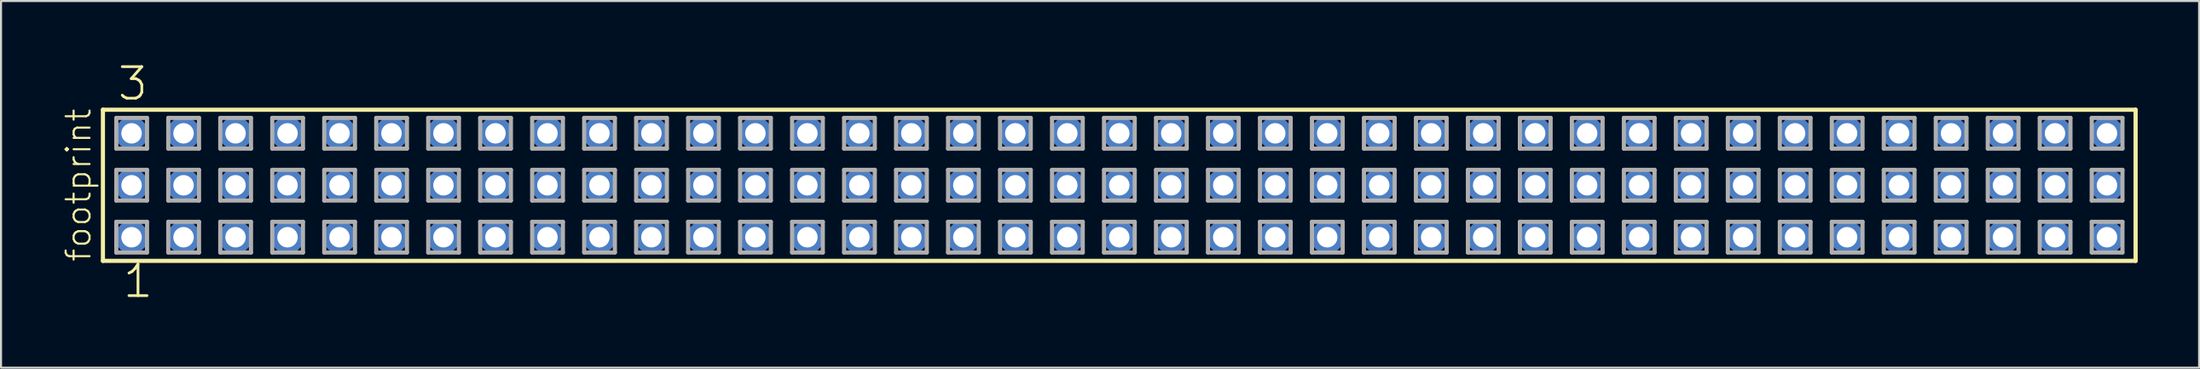
<source format=kicad_pcb>
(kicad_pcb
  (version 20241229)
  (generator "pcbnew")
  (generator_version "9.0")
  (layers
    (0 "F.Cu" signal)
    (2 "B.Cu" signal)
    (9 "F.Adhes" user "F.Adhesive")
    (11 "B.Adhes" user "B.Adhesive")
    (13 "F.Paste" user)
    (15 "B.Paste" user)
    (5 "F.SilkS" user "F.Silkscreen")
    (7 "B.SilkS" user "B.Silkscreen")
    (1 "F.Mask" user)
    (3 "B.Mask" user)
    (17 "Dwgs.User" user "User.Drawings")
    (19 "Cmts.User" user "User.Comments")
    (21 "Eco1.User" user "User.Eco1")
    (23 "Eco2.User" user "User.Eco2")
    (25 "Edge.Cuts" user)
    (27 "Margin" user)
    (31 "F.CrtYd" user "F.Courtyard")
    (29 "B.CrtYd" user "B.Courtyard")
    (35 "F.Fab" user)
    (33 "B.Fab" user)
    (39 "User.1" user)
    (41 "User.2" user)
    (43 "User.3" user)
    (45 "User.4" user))
  (footprint "footprint"
    (layer "F.Cu")
    (at 51.638 6.009)
    (property "Reference" "footprint" (at -50.165 3.81 90) (layer "F.SilkS") (effects (font (size 1.168 1.168) (thickness 0.102)) (justify left bottom)))
    (fp_line (start -49.659 -3.695) (end 49.659 -3.695) (stroke (width 0.203) (type solid)) (layer "F.SilkS"))
    (fp_line (start -49.659 3.695) (end -49.659 -3.695) (stroke (width 0.203) (type solid)) (layer "F.SilkS"))
    (fp_line (start 49.659 -3.695) (end 49.659 3.695) (stroke (width 0.203) (type solid)) (layer "F.SilkS"))
    (fp_line (start 49.659 3.695) (end -49.659 3.695) (stroke (width 0.203) (type solid)) (layer "F.SilkS"))
    (fp_line (start -49.005 -3.295) (end -47.505 -3.295) (stroke (width 0.203) (type solid)) (layer "F.Fab"))
    (fp_line (start -49.005 -1.795) (end -49.005 -3.295) (stroke (width 0.203) (type solid)) (layer "F.Fab"))
    (fp_line (start -49.005 -0.755) (end -47.505 -0.755) (stroke (width 0.203) (type solid)) (layer "F.Fab"))
    (fp_line (start -49.005 0.745) (end -49.005 -0.755) (stroke (width 0.203) (type solid)) (layer "F.Fab"))
    (fp_line (start -49.005 1.785) (end -47.505 1.785) (stroke (width 0.203) (type solid)) (layer "F.Fab"))
    (fp_line (start -49.005 3.285) (end -49.005 1.785) (stroke (width 0.203) (type solid)) (layer "F.Fab"))
    (fp_line (start -47.505 -3.295) (end -47.505 -1.795) (stroke (width 0.203) (type solid)) (layer "F.Fab"))
    (fp_line (start -47.505 -1.795) (end -49.005 -1.795) (stroke (width 0.203) (type solid)) (layer "F.Fab"))
    (fp_line (start -47.505 -0.755) (end -47.505 0.745) (stroke (width 0.203) (type solid)) (layer "F.Fab"))
    (fp_line (start -47.505 0.745) (end -49.005 0.745) (stroke (width 0.203) (type solid)) (layer "F.Fab"))
    (fp_line (start -47.505 1.785) (end -47.505 3.285) (stroke (width 0.203) (type solid)) (layer "F.Fab"))
    (fp_line (start -47.505 3.285) (end -49.005 3.285) (stroke (width 0.203) (type solid)) (layer "F.Fab"))
    (fp_line (start -46.465 -3.295) (end -44.965 -3.295) (stroke (width 0.203) (type solid)) (layer "F.Fab"))
    (fp_line (start -46.465 -1.795) (end -46.465 -3.295) (stroke (width 0.203) (type solid)) (layer "F.Fab"))
    (fp_line (start -46.465 -0.755) (end -44.965 -0.755) (stroke (width 0.203) (type solid)) (layer "F.Fab"))
    (fp_line (start -46.465 0.745) (end -46.465 -0.755) (stroke (width 0.203) (type solid)) (layer "F.Fab"))
    (fp_line (start -46.465 1.785) (end -44.965 1.785) (stroke (width 0.203) (type solid)) (layer "F.Fab"))
    (fp_line (start -46.465 3.285) (end -46.465 1.785) (stroke (width 0.203) (type solid)) (layer "F.Fab"))
    (fp_line (start -44.965 -3.295) (end -44.965 -1.795) (stroke (width 0.203) (type solid)) (layer "F.Fab"))
    (fp_line (start -44.965 -1.795) (end -46.465 -1.795) (stroke (width 0.203) (type solid)) (layer "F.Fab"))
    (fp_line (start -44.965 -0.755) (end -44.965 0.745) (stroke (width 0.203) (type solid)) (layer "F.Fab"))
    (fp_line (start -44.965 0.745) (end -46.465 0.745) (stroke (width 0.203) (type solid)) (layer "F.Fab"))
    (fp_line (start -44.965 1.785) (end -44.965 3.285) (stroke (width 0.203) (type solid)) (layer "F.Fab"))
    (fp_line (start -44.965 3.285) (end -46.465 3.285) (stroke (width 0.203) (type solid)) (layer "F.Fab"))
    (fp_line (start -43.925 -3.295) (end -42.425 -3.295) (stroke (width 0.203) (type solid)) (layer "F.Fab"))
    (fp_line (start -43.925 -1.795) (end -43.925 -3.295) (stroke (width 0.203) (type solid)) (layer "F.Fab"))
    (fp_line (start -43.925 -0.755) (end -42.425 -0.755) (stroke (width 0.203) (type solid)) (layer "F.Fab"))
    (fp_line (start -43.925 0.745) (end -43.925 -0.755) (stroke (width 0.203) (type solid)) (layer "F.Fab"))
    (fp_line (start -43.925 1.785) (end -42.425 1.785) (stroke (width 0.203) (type solid)) (layer "F.Fab"))
    (fp_line (start -43.925 3.285) (end -43.925 1.785) (stroke (width 0.203) (type solid)) (layer "F.Fab"))
    (fp_line (start -42.425 -3.295) (end -42.425 -1.795) (stroke (width 0.203) (type solid)) (layer "F.Fab"))
    (fp_line (start -42.425 -1.795) (end -43.925 -1.795) (stroke (width 0.203) (type solid)) (layer "F.Fab"))
    (fp_line (start -42.425 -0.755) (end -42.425 0.745) (stroke (width 0.203) (type solid)) (layer "F.Fab"))
    (fp_line (start -42.425 0.745) (end -43.925 0.745) (stroke (width 0.203) (type solid)) (layer "F.Fab"))
    (fp_line (start -42.425 1.785) (end -42.425 3.285) (stroke (width 0.203) (type solid)) (layer "F.Fab"))
    (fp_line (start -42.425 3.285) (end -43.925 3.285) (stroke (width 0.203) (type solid)) (layer "F.Fab"))
    (fp_line (start -41.385 -3.295) (end -39.885 -3.295) (stroke (width 0.203) (type solid)) (layer "F.Fab"))
    (fp_line (start -41.385 -1.795) (end -41.385 -3.295) (stroke (width 0.203) (type solid)) (layer "F.Fab"))
    (fp_line (start -41.385 -0.755) (end -39.885 -0.755) (stroke (width 0.203) (type solid)) (layer "F.Fab"))
    (fp_line (start -41.385 0.745) (end -41.385 -0.755) (stroke (width 0.203) (type solid)) (layer "F.Fab"))
    (fp_line (start -41.385 1.785) (end -39.885 1.785) (stroke (width 0.203) (type solid)) (layer "F.Fab"))
    (fp_line (start -41.385 3.285) (end -41.385 1.785) (stroke (width 0.203) (type solid)) (layer "F.Fab"))
    (fp_line (start -39.885 -3.295) (end -39.885 -1.795) (stroke (width 0.203) (type solid)) (layer "F.Fab"))
    (fp_line (start -39.885 -1.795) (end -41.385 -1.795) (stroke (width 0.203) (type solid)) (layer "F.Fab"))
    (fp_line (start -39.885 -0.755) (end -39.885 0.745) (stroke (width 0.203) (type solid)) (layer "F.Fab"))
    (fp_line (start -39.885 0.745) (end -41.385 0.745) (stroke (width 0.203) (type solid)) (layer "F.Fab"))
    (fp_line (start -39.885 1.785) (end -39.885 3.285) (stroke (width 0.203) (type solid)) (layer "F.Fab"))
    (fp_line (start -39.885 3.285) (end -41.385 3.285) (stroke (width 0.203) (type solid)) (layer "F.Fab"))
    (fp_line (start -38.845 -3.295) (end -37.345 -3.295) (stroke (width 0.203) (type solid)) (layer "F.Fab"))
    (fp_line (start -38.845 -1.795) (end -38.845 -3.295) (stroke (width 0.203) (type solid)) (layer "F.Fab"))
    (fp_line (start -38.845 -0.755) (end -37.345 -0.755) (stroke (width 0.203) (type solid)) (layer "F.Fab"))
    (fp_line (start -38.845 0.745) (end -38.845 -0.755) (stroke (width 0.203) (type solid)) (layer "F.Fab"))
    (fp_line (start -38.845 1.785) (end -37.345 1.785) (stroke (width 0.203) (type solid)) (layer "F.Fab"))
    (fp_line (start -38.845 3.285) (end -38.845 1.785) (stroke (width 0.203) (type solid)) (layer "F.Fab"))
    (fp_line (start -37.345 -3.295) (end -37.345 -1.795) (stroke (width 0.203) (type solid)) (layer "F.Fab"))
    (fp_line (start -37.345 -1.795) (end -38.845 -1.795) (stroke (width 0.203) (type solid)) (layer "F.Fab"))
    (fp_line (start -37.345 -0.755) (end -37.345 0.745) (stroke (width 0.203) (type solid)) (layer "F.Fab"))
    (fp_line (start -37.345 0.745) (end -38.845 0.745) (stroke (width 0.203) (type solid)) (layer "F.Fab"))
    (fp_line (start -37.345 1.785) (end -37.345 3.285) (stroke (width 0.203) (type solid)) (layer "F.Fab"))
    (fp_line (start -37.345 3.285) (end -38.845 3.285) (stroke (width 0.203) (type solid)) (layer "F.Fab"))
    (fp_line (start -36.305 -3.295) (end -34.805 -3.295) (stroke (width 0.203) (type solid)) (layer "F.Fab"))
    (fp_line (start -36.305 -1.795) (end -36.305 -3.295) (stroke (width 0.203) (type solid)) (layer "F.Fab"))
    (fp_line (start -36.305 -0.755) (end -34.805 -0.755) (stroke (width 0.203) (type solid)) (layer "F.Fab"))
    (fp_line (start -36.305 0.745) (end -36.305 -0.755) (stroke (width 0.203) (type solid)) (layer "F.Fab"))
    (fp_line (start -36.305 1.785) (end -34.805 1.785) (stroke (width 0.203) (type solid)) (layer "F.Fab"))
    (fp_line (start -36.305 3.285) (end -36.305 1.785) (stroke (width 0.203) (type solid)) (layer "F.Fab"))
    (fp_line (start -34.805 -3.295) (end -34.805 -1.795) (stroke (width 0.203) (type solid)) (layer "F.Fab"))
    (fp_line (start -34.805 -1.795) (end -36.305 -1.795) (stroke (width 0.203) (type solid)) (layer "F.Fab"))
    (fp_line (start -34.805 -0.755) (end -34.805 0.745) (stroke (width 0.203) (type solid)) (layer "F.Fab"))
    (fp_line (start -34.805 0.745) (end -36.305 0.745) (stroke (width 0.203) (type solid)) (layer "F.Fab"))
    (fp_line (start -34.805 1.785) (end -34.805 3.285) (stroke (width 0.203) (type solid)) (layer "F.Fab"))
    (fp_line (start -34.805 3.285) (end -36.305 3.285) (stroke (width 0.203) (type solid)) (layer "F.Fab"))
    (fp_line (start -33.765 -3.295) (end -32.265 -3.295) (stroke (width 0.203) (type solid)) (layer "F.Fab"))
    (fp_line (start -33.765 -1.795) (end -33.765 -3.295) (stroke (width 0.203) (type solid)) (layer "F.Fab"))
    (fp_line (start -33.765 -0.755) (end -32.265 -0.755) (stroke (width 0.203) (type solid)) (layer "F.Fab"))
    (fp_line (start -33.765 0.745) (end -33.765 -0.755) (stroke (width 0.203) (type solid)) (layer "F.Fab"))
    (fp_line (start -33.765 1.785) (end -32.265 1.785) (stroke (width 0.203) (type solid)) (layer "F.Fab"))
    (fp_line (start -33.765 3.285) (end -33.765 1.785) (stroke (width 0.203) (type solid)) (layer "F.Fab"))
    (fp_line (start -32.265 -3.295) (end -32.265 -1.795) (stroke (width 0.203) (type solid)) (layer "F.Fab"))
    (fp_line (start -32.265 -1.795) (end -33.765 -1.795) (stroke (width 0.203) (type solid)) (layer "F.Fab"))
    (fp_line (start -32.265 -0.755) (end -32.265 0.745) (stroke (width 0.203) (type solid)) (layer "F.Fab"))
    (fp_line (start -32.265 0.745) (end -33.765 0.745) (stroke (width 0.203) (type solid)) (layer "F.Fab"))
    (fp_line (start -32.265 1.785) (end -32.265 3.285) (stroke (width 0.203) (type solid)) (layer "F.Fab"))
    (fp_line (start -32.265 3.285) (end -33.765 3.285) (stroke (width 0.203) (type solid)) (layer "F.Fab"))
    (fp_line (start -31.225 -3.295) (end -29.725 -3.295) (stroke (width 0.203) (type solid)) (layer "F.Fab"))
    (fp_line (start -31.225 -1.795) (end -31.225 -3.295) (stroke (width 0.203) (type solid)) (layer "F.Fab"))
    (fp_line (start -31.225 -0.755) (end -29.725 -0.755) (stroke (width 0.203) (type solid)) (layer "F.Fab"))
    (fp_line (start -31.225 0.745) (end -31.225 -0.755) (stroke (width 0.203) (type solid)) (layer "F.Fab"))
    (fp_line (start -31.225 1.785) (end -29.725 1.785) (stroke (width 0.203) (type solid)) (layer "F.Fab"))
    (fp_line (start -31.225 3.285) (end -31.225 1.785) (stroke (width 0.203) (type solid)) (layer "F.Fab"))
    (fp_line (start -29.725 -3.295) (end -29.725 -1.795) (stroke (width 0.203) (type solid)) (layer "F.Fab"))
    (fp_line (start -29.725 -1.795) (end -31.225 -1.795) (stroke (width 0.203) (type solid)) (layer "F.Fab"))
    (fp_line (start -29.725 -0.755) (end -29.725 0.745) (stroke (width 0.203) (type solid)) (layer "F.Fab"))
    (fp_line (start -29.725 0.745) (end -31.225 0.745) (stroke (width 0.203) (type solid)) (layer "F.Fab"))
    (fp_line (start -29.725 1.785) (end -29.725 3.285) (stroke (width 0.203) (type solid)) (layer "F.Fab"))
    (fp_line (start -29.725 3.285) (end -31.225 3.285) (stroke (width 0.203) (type solid)) (layer "F.Fab"))
    (fp_line (start -28.685 -3.295) (end -27.185 -3.295) (stroke (width 0.203) (type solid)) (layer "F.Fab"))
    (fp_line (start -28.685 -1.795) (end -28.685 -3.295) (stroke (width 0.203) (type solid)) (layer "F.Fab"))
    (fp_line (start -28.685 -0.755) (end -27.185 -0.755) (stroke (width 0.203) (type solid)) (layer "F.Fab"))
    (fp_line (start -28.685 0.745) (end -28.685 -0.755) (stroke (width 0.203) (type solid)) (layer "F.Fab"))
    (fp_line (start -28.685 1.785) (end -27.185 1.785) (stroke (width 0.203) (type solid)) (layer "F.Fab"))
    (fp_line (start -28.685 3.285) (end -28.685 1.785) (stroke (width 0.203) (type solid)) (layer "F.Fab"))
    (fp_line (start -27.185 -3.295) (end -27.185 -1.795) (stroke (width 0.203) (type solid)) (layer "F.Fab"))
    (fp_line (start -27.185 -1.795) (end -28.685 -1.795) (stroke (width 0.203) (type solid)) (layer "F.Fab"))
    (fp_line (start -27.185 -0.755) (end -27.185 0.745) (stroke (width 0.203) (type solid)) (layer "F.Fab"))
    (fp_line (start -27.185 0.745) (end -28.685 0.745) (stroke (width 0.203) (type solid)) (layer "F.Fab"))
    (fp_line (start -27.185 1.785) (end -27.185 3.285) (stroke (width 0.203) (type solid)) (layer "F.Fab"))
    (fp_line (start -27.185 3.285) (end -28.685 3.285) (stroke (width 0.203) (type solid)) (layer "F.Fab"))
    (fp_line (start -26.145 -3.295) (end -24.645 -3.295) (stroke (width 0.203) (type solid)) (layer "F.Fab"))
    (fp_line (start -26.145 -1.795) (end -26.145 -3.295) (stroke (width 0.203) (type solid)) (layer "F.Fab"))
    (fp_line (start -26.145 -0.755) (end -24.645 -0.755) (stroke (width 0.203) (type solid)) (layer "F.Fab"))
    (fp_line (start -26.145 0.745) (end -26.145 -0.755) (stroke (width 0.203) (type solid)) (layer "F.Fab"))
    (fp_line (start -26.145 1.785) (end -24.645 1.785) (stroke (width 0.203) (type solid)) (layer "F.Fab"))
    (fp_line (start -26.145 3.285) (end -26.145 1.785) (stroke (width 0.203) (type solid)) (layer "F.Fab"))
    (fp_line (start -24.645 -3.295) (end -24.645 -1.795) (stroke (width 0.203) (type solid)) (layer "F.Fab"))
    (fp_line (start -24.645 -1.795) (end -26.145 -1.795) (stroke (width 0.203) (type solid)) (layer "F.Fab"))
    (fp_line (start -24.645 -0.755) (end -24.645 0.745) (stroke (width 0.203) (type solid)) (layer "F.Fab"))
    (fp_line (start -24.645 0.745) (end -26.145 0.745) (stroke (width 0.203) (type solid)) (layer "F.Fab"))
    (fp_line (start -24.645 1.785) (end -24.645 3.285) (stroke (width 0.203) (type solid)) (layer "F.Fab"))
    (fp_line (start -24.645 3.285) (end -26.145 3.285) (stroke (width 0.203) (type solid)) (layer "F.Fab"))
    (fp_line (start -23.605 -3.295) (end -22.105 -3.295) (stroke (width 0.203) (type solid)) (layer "F.Fab"))
    (fp_line (start -23.605 -1.795) (end -23.605 -3.295) (stroke (width 0.203) (type solid)) (layer "F.Fab"))
    (fp_line (start -23.605 -0.755) (end -22.105 -0.755) (stroke (width 0.203) (type solid)) (layer "F.Fab"))
    (fp_line (start -23.605 0.745) (end -23.605 -0.755) (stroke (width 0.203) (type solid)) (layer "F.Fab"))
    (fp_line (start -23.605 1.785) (end -22.105 1.785) (stroke (width 0.203) (type solid)) (layer "F.Fab"))
    (fp_line (start -23.605 3.285) (end -23.605 1.785) (stroke (width 0.203) (type solid)) (layer "F.Fab"))
    (fp_line (start -22.105 -3.295) (end -22.105 -1.795) (stroke (width 0.203) (type solid)) (layer "F.Fab"))
    (fp_line (start -22.105 -1.795) (end -23.605 -1.795) (stroke (width 0.203) (type solid)) (layer "F.Fab"))
    (fp_line (start -22.105 -0.755) (end -22.105 0.745) (stroke (width 0.203) (type solid)) (layer "F.Fab"))
    (fp_line (start -22.105 0.745) (end -23.605 0.745) (stroke (width 0.203) (type solid)) (layer "F.Fab"))
    (fp_line (start -22.105 1.785) (end -22.105 3.285) (stroke (width 0.203) (type solid)) (layer "F.Fab"))
    (fp_line (start -22.105 3.285) (end -23.605 3.285) (stroke (width 0.203) (type solid)) (layer "F.Fab"))
    (fp_line (start -21.065 -3.295) (end -19.565 -3.295) (stroke (width 0.203) (type solid)) (layer "F.Fab"))
    (fp_line (start -21.065 -1.795) (end -21.065 -3.295) (stroke (width 0.203) (type solid)) (layer "F.Fab"))
    (fp_line (start -21.065 -0.755) (end -19.565 -0.755) (stroke (width 0.203) (type solid)) (layer "F.Fab"))
    (fp_line (start -21.065 0.745) (end -21.065 -0.755) (stroke (width 0.203) (type solid)) (layer "F.Fab"))
    (fp_line (start -21.065 1.785) (end -19.565 1.785) (stroke (width 0.203) (type solid)) (layer "F.Fab"))
    (fp_line (start -21.065 3.285) (end -21.065 1.785) (stroke (width 0.203) (type solid)) (layer "F.Fab"))
    (fp_line (start -19.565 -3.295) (end -19.565 -1.795) (stroke (width 0.203) (type solid)) (layer "F.Fab"))
    (fp_line (start -19.565 -1.795) (end -21.065 -1.795) (stroke (width 0.203) (type solid)) (layer "F.Fab"))
    (fp_line (start -19.565 -0.755) (end -19.565 0.745) (stroke (width 0.203) (type solid)) (layer "F.Fab"))
    (fp_line (start -19.565 0.745) (end -21.065 0.745) (stroke (width 0.203) (type solid)) (layer "F.Fab"))
    (fp_line (start -19.565 1.785) (end -19.565 3.285) (stroke (width 0.203) (type solid)) (layer "F.Fab"))
    (fp_line (start -19.565 3.285) (end -21.065 3.285) (stroke (width 0.203) (type solid)) (layer "F.Fab"))
    (fp_line (start -18.525 -3.295) (end -17.025 -3.295) (stroke (width 0.203) (type solid)) (layer "F.Fab"))
    (fp_line (start -18.525 -1.795) (end -18.525 -3.295) (stroke (width 0.203) (type solid)) (layer "F.Fab"))
    (fp_line (start -18.525 -0.755) (end -17.025 -0.755) (stroke (width 0.203) (type solid)) (layer "F.Fab"))
    (fp_line (start -18.525 0.745) (end -18.525 -0.755) (stroke (width 0.203) (type solid)) (layer "F.Fab"))
    (fp_line (start -18.525 1.785) (end -17.025 1.785) (stroke (width 0.203) (type solid)) (layer "F.Fab"))
    (fp_line (start -18.525 3.285) (end -18.525 1.785) (stroke (width 0.203) (type solid)) (layer "F.Fab"))
    (fp_line (start -17.025 -3.295) (end -17.025 -1.795) (stroke (width 0.203) (type solid)) (layer "F.Fab"))
    (fp_line (start -17.025 -1.795) (end -18.525 -1.795) (stroke (width 0.203) (type solid)) (layer "F.Fab"))
    (fp_line (start -17.025 -0.755) (end -17.025 0.745) (stroke (width 0.203) (type solid)) (layer "F.Fab"))
    (fp_line (start -17.025 0.745) (end -18.525 0.745) (stroke (width 0.203) (type solid)) (layer "F.Fab"))
    (fp_line (start -17.025 1.785) (end -17.025 3.285) (stroke (width 0.203) (type solid)) (layer "F.Fab"))
    (fp_line (start -17.025 3.285) (end -18.525 3.285) (stroke (width 0.203) (type solid)) (layer "F.Fab"))
    (fp_line (start -15.985 -3.295) (end -14.485 -3.295) (stroke (width 0.203) (type solid)) (layer "F.Fab"))
    (fp_line (start -15.985 -1.795) (end -15.985 -3.295) (stroke (width 0.203) (type solid)) (layer "F.Fab"))
    (fp_line (start -15.985 -0.755) (end -14.485 -0.755) (stroke (width 0.203) (type solid)) (layer "F.Fab"))
    (fp_line (start -15.985 0.745) (end -15.985 -0.755) (stroke (width 0.203) (type solid)) (layer "F.Fab"))
    (fp_line (start -15.985 1.785) (end -14.485 1.785) (stroke (width 0.203) (type solid)) (layer "F.Fab"))
    (fp_line (start -15.985 3.285) (end -15.985 1.785) (stroke (width 0.203) (type solid)) (layer "F.Fab"))
    (fp_line (start -14.485 -3.295) (end -14.485 -1.795) (stroke (width 0.203) (type solid)) (layer "F.Fab"))
    (fp_line (start -14.485 -1.795) (end -15.985 -1.795) (stroke (width 0.203) (type solid)) (layer "F.Fab"))
    (fp_line (start -14.485 -0.755) (end -14.485 0.745) (stroke (width 0.203) (type solid)) (layer "F.Fab"))
    (fp_line (start -14.485 0.745) (end -15.985 0.745) (stroke (width 0.203) (type solid)) (layer "F.Fab"))
    (fp_line (start -14.485 1.785) (end -14.485 3.285) (stroke (width 0.203) (type solid)) (layer "F.Fab"))
    (fp_line (start -14.485 3.285) (end -15.985 3.285) (stroke (width 0.203) (type solid)) (layer "F.Fab"))
    (fp_line (start -13.445 -3.295) (end -11.945 -3.295) (stroke (width 0.203) (type solid)) (layer "F.Fab"))
    (fp_line (start -13.445 -1.795) (end -13.445 -3.295) (stroke (width 0.203) (type solid)) (layer "F.Fab"))
    (fp_line (start -13.445 -0.755) (end -11.945 -0.755) (stroke (width 0.203) (type solid)) (layer "F.Fab"))
    (fp_line (start -13.445 0.745) (end -13.445 -0.755) (stroke (width 0.203) (type solid)) (layer "F.Fab"))
    (fp_line (start -13.445 1.785) (end -11.945 1.785) (stroke (width 0.203) (type solid)) (layer "F.Fab"))
    (fp_line (start -13.445 3.285) (end -13.445 1.785) (stroke (width 0.203) (type solid)) (layer "F.Fab"))
    (fp_line (start -11.945 -3.295) (end -11.945 -1.795) (stroke (width 0.203) (type solid)) (layer "F.Fab"))
    (fp_line (start -11.945 -1.795) (end -13.445 -1.795) (stroke (width 0.203) (type solid)) (layer "F.Fab"))
    (fp_line (start -11.945 -0.755) (end -11.945 0.745) (stroke (width 0.203) (type solid)) (layer "F.Fab"))
    (fp_line (start -11.945 0.745) (end -13.445 0.745) (stroke (width 0.203) (type solid)) (layer "F.Fab"))
    (fp_line (start -11.945 1.785) (end -11.945 3.285) (stroke (width 0.203) (type solid)) (layer "F.Fab"))
    (fp_line (start -11.945 3.285) (end -13.445 3.285) (stroke (width 0.203) (type solid)) (layer "F.Fab"))
    (fp_line (start -10.905 -3.295) (end -9.405 -3.295) (stroke (width 0.203) (type solid)) (layer "F.Fab"))
    (fp_line (start -10.905 -1.795) (end -10.905 -3.295) (stroke (width 0.203) (type solid)) (layer "F.Fab"))
    (fp_line (start -10.905 -0.755) (end -9.405 -0.755) (stroke (width 0.203) (type solid)) (layer "F.Fab"))
    (fp_line (start -10.905 0.745) (end -10.905 -0.755) (stroke (width 0.203) (type solid)) (layer "F.Fab"))
    (fp_line (start -10.905 1.785) (end -9.405 1.785) (stroke (width 0.203) (type solid)) (layer "F.Fab"))
    (fp_line (start -10.905 3.285) (end -10.905 1.785) (stroke (width 0.203) (type solid)) (layer "F.Fab"))
    (fp_line (start -9.405 -3.295) (end -9.405 -1.795) (stroke (width 0.203) (type solid)) (layer "F.Fab"))
    (fp_line (start -9.405 -1.795) (end -10.905 -1.795) (stroke (width 0.203) (type solid)) (layer "F.Fab"))
    (fp_line (start -9.405 -0.755) (end -9.405 0.745) (stroke (width 0.203) (type solid)) (layer "F.Fab"))
    (fp_line (start -9.405 0.745) (end -10.905 0.745) (stroke (width 0.203) (type solid)) (layer "F.Fab"))
    (fp_line (start -9.405 1.785) (end -9.405 3.285) (stroke (width 0.203) (type solid)) (layer "F.Fab"))
    (fp_line (start -9.405 3.285) (end -10.905 3.285) (stroke (width 0.203) (type solid)) (layer "F.Fab"))
    (fp_line (start -8.365 -3.295) (end -6.865 -3.295) (stroke (width 0.203) (type solid)) (layer "F.Fab"))
    (fp_line (start -8.365 -1.795) (end -8.365 -3.295) (stroke (width 0.203) (type solid)) (layer "F.Fab"))
    (fp_line (start -8.365 -0.755) (end -6.865 -0.755) (stroke (width 0.203) (type solid)) (layer "F.Fab"))
    (fp_line (start -8.365 0.745) (end -8.365 -0.755) (stroke (width 0.203) (type solid)) (layer "F.Fab"))
    (fp_line (start -8.365 1.785) (end -6.865 1.785) (stroke (width 0.203) (type solid)) (layer "F.Fab"))
    (fp_line (start -8.365 3.285) (end -8.365 1.785) (stroke (width 0.203) (type solid)) (layer "F.Fab"))
    (fp_line (start -6.865 -3.295) (end -6.865 -1.795) (stroke (width 0.203) (type solid)) (layer "F.Fab"))
    (fp_line (start -6.865 -1.795) (end -8.365 -1.795) (stroke (width 0.203) (type solid)) (layer "F.Fab"))
    (fp_line (start -6.865 -0.755) (end -6.865 0.745) (stroke (width 0.203) (type solid)) (layer "F.Fab"))
    (fp_line (start -6.865 0.745) (end -8.365 0.745) (stroke (width 0.203) (type solid)) (layer "F.Fab"))
    (fp_line (start -6.865 1.785) (end -6.865 3.285) (stroke (width 0.203) (type solid)) (layer "F.Fab"))
    (fp_line (start -6.865 3.285) (end -8.365 3.285) (stroke (width 0.203) (type solid)) (layer "F.Fab"))
    (fp_line (start -5.825 -3.295) (end -4.325 -3.295) (stroke (width 0.203) (type solid)) (layer "F.Fab"))
    (fp_line (start -5.825 -1.795) (end -5.825 -3.295) (stroke (width 0.203) (type solid)) (layer "F.Fab"))
    (fp_line (start -5.825 -0.755) (end -4.325 -0.755) (stroke (width 0.203) (type solid)) (layer "F.Fab"))
    (fp_line (start -5.825 0.745) (end -5.825 -0.755) (stroke (width 0.203) (type solid)) (layer "F.Fab"))
    (fp_line (start -5.825 1.785) (end -4.325 1.785) (stroke (width 0.203) (type solid)) (layer "F.Fab"))
    (fp_line (start -5.825 3.285) (end -5.825 1.785) (stroke (width 0.203) (type solid)) (layer "F.Fab"))
    (fp_line (start -4.325 -3.295) (end -4.325 -1.795) (stroke (width 0.203) (type solid)) (layer "F.Fab"))
    (fp_line (start -4.325 -1.795) (end -5.825 -1.795) (stroke (width 0.203) (type solid)) (layer "F.Fab"))
    (fp_line (start -4.325 -0.755) (end -4.325 0.745) (stroke (width 0.203) (type solid)) (layer "F.Fab"))
    (fp_line (start -4.325 0.745) (end -5.825 0.745) (stroke (width 0.203) (type solid)) (layer "F.Fab"))
    (fp_line (start -4.325 1.785) (end -4.325 3.285) (stroke (width 0.203) (type solid)) (layer "F.Fab"))
    (fp_line (start -4.325 3.285) (end -5.825 3.285) (stroke (width 0.203) (type solid)) (layer "F.Fab"))
    (fp_line (start -3.285 -3.295) (end -1.785 -3.295) (stroke (width 0.203) (type solid)) (layer "F.Fab"))
    (fp_line (start -3.285 -1.795) (end -3.285 -3.295) (stroke (width 0.203) (type solid)) (layer "F.Fab"))
    (fp_line (start -3.285 -0.755) (end -1.785 -0.755) (stroke (width 0.203) (type solid)) (layer "F.Fab"))
    (fp_line (start -3.285 0.745) (end -3.285 -0.755) (stroke (width 0.203) (type solid)) (layer "F.Fab"))
    (fp_line (start -3.285 1.785) (end -1.785 1.785) (stroke (width 0.203) (type solid)) (layer "F.Fab"))
    (fp_line (start -3.285 3.285) (end -3.285 1.785) (stroke (width 0.203) (type solid)) (layer "F.Fab"))
    (fp_line (start -1.785 -3.295) (end -1.785 -1.795) (stroke (width 0.203) (type solid)) (layer "F.Fab"))
    (fp_line (start -1.785 -1.795) (end -3.285 -1.795) (stroke (width 0.203) (type solid)) (layer "F.Fab"))
    (fp_line (start -1.785 -0.755) (end -1.785 0.745) (stroke (width 0.203) (type solid)) (layer "F.Fab"))
    (fp_line (start -1.785 0.745) (end -3.285 0.745) (stroke (width 0.203) (type solid)) (layer "F.Fab"))
    (fp_line (start -1.785 1.785) (end -1.785 3.285) (stroke (width 0.203) (type solid)) (layer "F.Fab"))
    (fp_line (start -1.785 3.285) (end -3.285 3.285) (stroke (width 0.203) (type solid)) (layer "F.Fab"))
    (fp_line (start -0.745 -3.295) (end 0.755 -3.295) (stroke (width 0.203) (type solid)) (layer "F.Fab"))
    (fp_line (start -0.745 -1.795) (end -0.745 -3.295) (stroke (width 0.203) (type solid)) (layer "F.Fab"))
    (fp_line (start -0.745 -0.755) (end 0.755 -0.755) (stroke (width 0.203) (type solid)) (layer "F.Fab"))
    (fp_line (start -0.745 0.745) (end -0.745 -0.755) (stroke (width 0.203) (type solid)) (layer "F.Fab"))
    (fp_line (start -0.745 1.785) (end 0.755 1.785) (stroke (width 0.203) (type solid)) (layer "F.Fab"))
    (fp_line (start -0.745 3.285) (end -0.745 1.785) (stroke (width 0.203) (type solid)) (layer "F.Fab"))
    (fp_line (start 0.755 -3.295) (end 0.755 -1.795) (stroke (width 0.203) (type solid)) (layer "F.Fab"))
    (fp_line (start 0.755 -1.795) (end -0.745 -1.795) (stroke (width 0.203) (type solid)) (layer "F.Fab"))
    (fp_line (start 0.755 -0.755) (end 0.755 0.745) (stroke (width 0.203) (type solid)) (layer "F.Fab"))
    (fp_line (start 0.755 0.745) (end -0.745 0.745) (stroke (width 0.203) (type solid)) (layer "F.Fab"))
    (fp_line (start 0.755 1.785) (end 0.755 3.285) (stroke (width 0.203) (type solid)) (layer "F.Fab"))
    (fp_line (start 0.755 3.285) (end -0.745 3.285) (stroke (width 0.203) (type solid)) (layer "F.Fab"))
    (fp_line (start 1.795 -3.295) (end 3.295 -3.295) (stroke (width 0.203) (type solid)) (layer "F.Fab"))
    (fp_line (start 1.795 -1.795) (end 1.795 -3.295) (stroke (width 0.203) (type solid)) (layer "F.Fab"))
    (fp_line (start 1.795 -0.755) (end 3.295 -0.755) (stroke (width 0.203) (type solid)) (layer "F.Fab"))
    (fp_line (start 1.795 0.745) (end 1.795 -0.755) (stroke (width 0.203) (type solid)) (layer "F.Fab"))
    (fp_line (start 1.795 1.785) (end 3.295 1.785) (stroke (width 0.203) (type solid)) (layer "F.Fab"))
    (fp_line (start 1.795 3.285) (end 1.795 1.785) (stroke (width 0.203) (type solid)) (layer "F.Fab"))
    (fp_line (start 3.295 -3.295) (end 3.295 -1.795) (stroke (width 0.203) (type solid)) (layer "F.Fab"))
    (fp_line (start 3.295 -1.795) (end 1.795 -1.795) (stroke (width 0.203) (type solid)) (layer "F.Fab"))
    (fp_line (start 3.295 -0.755) (end 3.295 0.745) (stroke (width 0.203) (type solid)) (layer "F.Fab"))
    (fp_line (start 3.295 0.745) (end 1.795 0.745) (stroke (width 0.203) (type solid)) (layer "F.Fab"))
    (fp_line (start 3.295 1.785) (end 3.295 3.285) (stroke (width 0.203) (type solid)) (layer "F.Fab"))
    (fp_line (start 3.295 3.285) (end 1.795 3.285) (stroke (width 0.203) (type solid)) (layer "F.Fab"))
    (fp_line (start 4.335 -3.295) (end 5.835 -3.295) (stroke (width 0.203) (type solid)) (layer "F.Fab"))
    (fp_line (start 4.335 -1.795) (end 4.335 -3.295) (stroke (width 0.203) (type solid)) (layer "F.Fab"))
    (fp_line (start 4.335 -0.755) (end 5.835 -0.755) (stroke (width 0.203) (type solid)) (layer "F.Fab"))
    (fp_line (start 4.335 0.745) (end 4.335 -0.755) (stroke (width 0.203) (type solid)) (layer "F.Fab"))
    (fp_line (start 4.335 1.785) (end 5.835 1.785) (stroke (width 0.203) (type solid)) (layer "F.Fab"))
    (fp_line (start 4.335 3.285) (end 4.335 1.785) (stroke (width 0.203) (type solid)) (layer "F.Fab"))
    (fp_line (start 5.835 -3.295) (end 5.835 -1.795) (stroke (width 0.203) (type solid)) (layer "F.Fab"))
    (fp_line (start 5.835 -1.795) (end 4.335 -1.795) (stroke (width 0.203) (type solid)) (layer "F.Fab"))
    (fp_line (start 5.835 -0.755) (end 5.835 0.745) (stroke (width 0.203) (type solid)) (layer "F.Fab"))
    (fp_line (start 5.835 0.745) (end 4.335 0.745) (stroke (width 0.203) (type solid)) (layer "F.Fab"))
    (fp_line (start 5.835 1.785) (end 5.835 3.285) (stroke (width 0.203) (type solid)) (layer "F.Fab"))
    (fp_line (start 5.835 3.285) (end 4.335 3.285) (stroke (width 0.203) (type solid)) (layer "F.Fab"))
    (fp_line (start 6.875 -3.295) (end 8.375 -3.295) (stroke (width 0.203) (type solid)) (layer "F.Fab"))
    (fp_line (start 6.875 -1.795) (end 6.875 -3.295) (stroke (width 0.203) (type solid)) (layer "F.Fab"))
    (fp_line (start 6.875 -0.755) (end 8.375 -0.755) (stroke (width 0.203) (type solid)) (layer "F.Fab"))
    (fp_line (start 6.875 0.745) (end 6.875 -0.755) (stroke (width 0.203) (type solid)) (layer "F.Fab"))
    (fp_line (start 6.875 1.785) (end 8.375 1.785) (stroke (width 0.203) (type solid)) (layer "F.Fab"))
    (fp_line (start 6.875 3.285) (end 6.875 1.785) (stroke (width 0.203) (type solid)) (layer "F.Fab"))
    (fp_line (start 8.375 -3.295) (end 8.375 -1.795) (stroke (width 0.203) (type solid)) (layer "F.Fab"))
    (fp_line (start 8.375 -1.795) (end 6.875 -1.795) (stroke (width 0.203) (type solid)) (layer "F.Fab"))
    (fp_line (start 8.375 -0.755) (end 8.375 0.745) (stroke (width 0.203) (type solid)) (layer "F.Fab"))
    (fp_line (start 8.375 0.745) (end 6.875 0.745) (stroke (width 0.203) (type solid)) (layer "F.Fab"))
    (fp_line (start 8.375 1.785) (end 8.375 3.285) (stroke (width 0.203) (type solid)) (layer "F.Fab"))
    (fp_line (start 8.375 3.285) (end 6.875 3.285) (stroke (width 0.203) (type solid)) (layer "F.Fab"))
    (fp_line (start 9.415 -3.295) (end 10.915 -3.295) (stroke (width 0.203) (type solid)) (layer "F.Fab"))
    (fp_line (start 9.415 -1.795) (end 9.415 -3.295) (stroke (width 0.203) (type solid)) (layer "F.Fab"))
    (fp_line (start 9.415 -0.755) (end 10.915 -0.755) (stroke (width 0.203) (type solid)) (layer "F.Fab"))
    (fp_line (start 9.415 0.745) (end 9.415 -0.755) (stroke (width 0.203) (type solid)) (layer "F.Fab"))
    (fp_line (start 9.415 1.785) (end 10.915 1.785) (stroke (width 0.203) (type solid)) (layer "F.Fab"))
    (fp_line (start 9.415 3.285) (end 9.415 1.785) (stroke (width 0.203) (type solid)) (layer "F.Fab"))
    (fp_line (start 10.915 -3.295) (end 10.915 -1.795) (stroke (width 0.203) (type solid)) (layer "F.Fab"))
    (fp_line (start 10.915 -1.795) (end 9.415 -1.795) (stroke (width 0.203) (type solid)) (layer "F.Fab"))
    (fp_line (start 10.915 -0.755) (end 10.915 0.745) (stroke (width 0.203) (type solid)) (layer "F.Fab"))
    (fp_line (start 10.915 0.745) (end 9.415 0.745) (stroke (width 0.203) (type solid)) (layer "F.Fab"))
    (fp_line (start 10.915 1.785) (end 10.915 3.285) (stroke (width 0.203) (type solid)) (layer "F.Fab"))
    (fp_line (start 10.915 3.285) (end 9.415 3.285) (stroke (width 0.203) (type solid)) (layer "F.Fab"))
    (fp_line (start 11.955 -3.295) (end 13.455 -3.295) (stroke (width 0.203) (type solid)) (layer "F.Fab"))
    (fp_line (start 11.955 -1.795) (end 11.955 -3.295) (stroke (width 0.203) (type solid)) (layer "F.Fab"))
    (fp_line (start 11.955 -0.755) (end 13.455 -0.755) (stroke (width 0.203) (type solid)) (layer "F.Fab"))
    (fp_line (start 11.955 0.745) (end 11.955 -0.755) (stroke (width 0.203) (type solid)) (layer "F.Fab"))
    (fp_line (start 11.955 1.785) (end 13.455 1.785) (stroke (width 0.203) (type solid)) (layer "F.Fab"))
    (fp_line (start 11.955 3.285) (end 11.955 1.785) (stroke (width 0.203) (type solid)) (layer "F.Fab"))
    (fp_line (start 13.455 -3.295) (end 13.455 -1.795) (stroke (width 0.203) (type solid)) (layer "F.Fab"))
    (fp_line (start 13.455 -1.795) (end 11.955 -1.795) (stroke (width 0.203) (type solid)) (layer "F.Fab"))
    (fp_line (start 13.455 -0.755) (end 13.455 0.745) (stroke (width 0.203) (type solid)) (layer "F.Fab"))
    (fp_line (start 13.455 0.745) (end 11.955 0.745) (stroke (width 0.203) (type solid)) (layer "F.Fab"))
    (fp_line (start 13.455 1.785) (end 13.455 3.285) (stroke (width 0.203) (type solid)) (layer "F.Fab"))
    (fp_line (start 13.455 3.285) (end 11.955 3.285) (stroke (width 0.203) (type solid)) (layer "F.Fab"))
    (fp_line (start 14.495 -3.295) (end 15.995 -3.295) (stroke (width 0.203) (type solid)) (layer "F.Fab"))
    (fp_line (start 14.495 -1.795) (end 14.495 -3.295) (stroke (width 0.203) (type solid)) (layer "F.Fab"))
    (fp_line (start 14.495 -0.755) (end 15.995 -0.755) (stroke (width 0.203) (type solid)) (layer "F.Fab"))
    (fp_line (start 14.495 0.745) (end 14.495 -0.755) (stroke (width 0.203) (type solid)) (layer "F.Fab"))
    (fp_line (start 14.495 1.785) (end 15.995 1.785) (stroke (width 0.203) (type solid)) (layer "F.Fab"))
    (fp_line (start 14.495 3.285) (end 14.495 1.785) (stroke (width 0.203) (type solid)) (layer "F.Fab"))
    (fp_line (start 15.995 -3.295) (end 15.995 -1.795) (stroke (width 0.203) (type solid)) (layer "F.Fab"))
    (fp_line (start 15.995 -1.795) (end 14.495 -1.795) (stroke (width 0.203) (type solid)) (layer "F.Fab"))
    (fp_line (start 15.995 -0.755) (end 15.995 0.745) (stroke (width 0.203) (type solid)) (layer "F.Fab"))
    (fp_line (start 15.995 0.745) (end 14.495 0.745) (stroke (width 0.203) (type solid)) (layer "F.Fab"))
    (fp_line (start 15.995 1.785) (end 15.995 3.285) (stroke (width 0.203) (type solid)) (layer "F.Fab"))
    (fp_line (start 15.995 3.285) (end 14.495 3.285) (stroke (width 0.203) (type solid)) (layer "F.Fab"))
    (fp_line (start 17.035 -3.295) (end 18.535 -3.295) (stroke (width 0.203) (type solid)) (layer "F.Fab"))
    (fp_line (start 17.035 -1.795) (end 17.035 -3.295) (stroke (width 0.203) (type solid)) (layer "F.Fab"))
    (fp_line (start 17.035 -0.755) (end 18.535 -0.755) (stroke (width 0.203) (type solid)) (layer "F.Fab"))
    (fp_line (start 17.035 0.745) (end 17.035 -0.755) (stroke (width 0.203) (type solid)) (layer "F.Fab"))
    (fp_line (start 17.035 1.785) (end 18.535 1.785) (stroke (width 0.203) (type solid)) (layer "F.Fab"))
    (fp_line (start 17.035 3.285) (end 17.035 1.785) (stroke (width 0.203) (type solid)) (layer "F.Fab"))
    (fp_line (start 18.535 -3.295) (end 18.535 -1.795) (stroke (width 0.203) (type solid)) (layer "F.Fab"))
    (fp_line (start 18.535 -1.795) (end 17.035 -1.795) (stroke (width 0.203) (type solid)) (layer "F.Fab"))
    (fp_line (start 18.535 -0.755) (end 18.535 0.745) (stroke (width 0.203) (type solid)) (layer "F.Fab"))
    (fp_line (start 18.535 0.745) (end 17.035 0.745) (stroke (width 0.203) (type solid)) (layer "F.Fab"))
    (fp_line (start 18.535 1.785) (end 18.535 3.285) (stroke (width 0.203) (type solid)) (layer "F.Fab"))
    (fp_line (start 18.535 3.285) (end 17.035 3.285) (stroke (width 0.203) (type solid)) (layer "F.Fab"))
    (fp_line (start 19.575 -3.295) (end 21.075 -3.295) (stroke (width 0.203) (type solid)) (layer "F.Fab"))
    (fp_line (start 19.575 -1.795) (end 19.575 -3.295) (stroke (width 0.203) (type solid)) (layer "F.Fab"))
    (fp_line (start 19.575 -0.755) (end 21.075 -0.755) (stroke (width 0.203) (type solid)) (layer "F.Fab"))
    (fp_line (start 19.575 0.745) (end 19.575 -0.755) (stroke (width 0.203) (type solid)) (layer "F.Fab"))
    (fp_line (start 19.575 1.785) (end 21.075 1.785) (stroke (width 0.203) (type solid)) (layer "F.Fab"))
    (fp_line (start 19.575 3.285) (end 19.575 1.785) (stroke (width 0.203) (type solid)) (layer "F.Fab"))
    (fp_line (start 21.075 -3.295) (end 21.075 -1.795) (stroke (width 0.203) (type solid)) (layer "F.Fab"))
    (fp_line (start 21.075 -1.795) (end 19.575 -1.795) (stroke (width 0.203) (type solid)) (layer "F.Fab"))
    (fp_line (start 21.075 -0.755) (end 21.075 0.745) (stroke (width 0.203) (type solid)) (layer "F.Fab"))
    (fp_line (start 21.075 0.745) (end 19.575 0.745) (stroke (width 0.203) (type solid)) (layer "F.Fab"))
    (fp_line (start 21.075 1.785) (end 21.075 3.285) (stroke (width 0.203) (type solid)) (layer "F.Fab"))
    (fp_line (start 21.075 3.285) (end 19.575 3.285) (stroke (width 0.203) (type solid)) (layer "F.Fab"))
    (fp_line (start 22.115 -3.295) (end 23.615 -3.295) (stroke (width 0.203) (type solid)) (layer "F.Fab"))
    (fp_line (start 22.115 -1.795) (end 22.115 -3.295) (stroke (width 0.203) (type solid)) (layer "F.Fab"))
    (fp_line (start 22.115 -0.755) (end 23.615 -0.755) (stroke (width 0.203) (type solid)) (layer "F.Fab"))
    (fp_line (start 22.115 0.745) (end 22.115 -0.755) (stroke (width 0.203) (type solid)) (layer "F.Fab"))
    (fp_line (start 22.115 1.785) (end 23.615 1.785) (stroke (width 0.203) (type solid)) (layer "F.Fab"))
    (fp_line (start 22.115 3.285) (end 22.115 1.785) (stroke (width 0.203) (type solid)) (layer "F.Fab"))
    (fp_line (start 23.615 -3.295) (end 23.615 -1.795) (stroke (width 0.203) (type solid)) (layer "F.Fab"))
    (fp_line (start 23.615 -1.795) (end 22.115 -1.795) (stroke (width 0.203) (type solid)) (layer "F.Fab"))
    (fp_line (start 23.615 -0.755) (end 23.615 0.745) (stroke (width 0.203) (type solid)) (layer "F.Fab"))
    (fp_line (start 23.615 0.745) (end 22.115 0.745) (stroke (width 0.203) (type solid)) (layer "F.Fab"))
    (fp_line (start 23.615 1.785) (end 23.615 3.285) (stroke (width 0.203) (type solid)) (layer "F.Fab"))
    (fp_line (start 23.615 3.285) (end 22.115 3.285) (stroke (width 0.203) (type solid)) (layer "F.Fab"))
    (fp_line (start 24.655 -3.295) (end 26.155 -3.295) (stroke (width 0.203) (type solid)) (layer "F.Fab"))
    (fp_line (start 24.655 -1.795) (end 24.655 -3.295) (stroke (width 0.203) (type solid)) (layer "F.Fab"))
    (fp_line (start 24.655 -0.755) (end 26.155 -0.755) (stroke (width 0.203) (type solid)) (layer "F.Fab"))
    (fp_line (start 24.655 0.745) (end 24.655 -0.755) (stroke (width 0.203) (type solid)) (layer "F.Fab"))
    (fp_line (start 24.655 1.785) (end 26.155 1.785) (stroke (width 0.203) (type solid)) (layer "F.Fab"))
    (fp_line (start 24.655 3.285) (end 24.655 1.785) (stroke (width 0.203) (type solid)) (layer "F.Fab"))
    (fp_line (start 26.155 -3.295) (end 26.155 -1.795) (stroke (width 0.203) (type solid)) (layer "F.Fab"))
    (fp_line (start 26.155 -1.795) (end 24.655 -1.795) (stroke (width 0.203) (type solid)) (layer "F.Fab"))
    (fp_line (start 26.155 -0.755) (end 26.155 0.745) (stroke (width 0.203) (type solid)) (layer "F.Fab"))
    (fp_line (start 26.155 0.745) (end 24.655 0.745) (stroke (width 0.203) (type solid)) (layer "F.Fab"))
    (fp_line (start 26.155 1.785) (end 26.155 3.285) (stroke (width 0.203) (type solid)) (layer "F.Fab"))
    (fp_line (start 26.155 3.285) (end 24.655 3.285) (stroke (width 0.203) (type solid)) (layer "F.Fab"))
    (fp_line (start 27.195 -3.295) (end 28.695 -3.295) (stroke (width 0.203) (type solid)) (layer "F.Fab"))
    (fp_line (start 27.195 -1.795) (end 27.195 -3.295) (stroke (width 0.203) (type solid)) (layer "F.Fab"))
    (fp_line (start 27.195 -0.755) (end 28.695 -0.755) (stroke (width 0.203) (type solid)) (layer "F.Fab"))
    (fp_line (start 27.195 0.745) (end 27.195 -0.755) (stroke (width 0.203) (type solid)) (layer "F.Fab"))
    (fp_line (start 27.195 1.785) (end 28.695 1.785) (stroke (width 0.203) (type solid)) (layer "F.Fab"))
    (fp_line (start 27.195 3.285) (end 27.195 1.785) (stroke (width 0.203) (type solid)) (layer "F.Fab"))
    (fp_line (start 28.695 -3.295) (end 28.695 -1.795) (stroke (width 0.203) (type solid)) (layer "F.Fab"))
    (fp_line (start 28.695 -1.795) (end 27.195 -1.795) (stroke (width 0.203) (type solid)) (layer "F.Fab"))
    (fp_line (start 28.695 -0.755) (end 28.695 0.745) (stroke (width 0.203) (type solid)) (layer "F.Fab"))
    (fp_line (start 28.695 0.745) (end 27.195 0.745) (stroke (width 0.203) (type solid)) (layer "F.Fab"))
    (fp_line (start 28.695 1.785) (end 28.695 3.285) (stroke (width 0.203) (type solid)) (layer "F.Fab"))
    (fp_line (start 28.695 3.285) (end 27.195 3.285) (stroke (width 0.203) (type solid)) (layer "F.Fab"))
    (fp_line (start 29.735 -3.295) (end 31.235 -3.295) (stroke (width 0.203) (type solid)) (layer "F.Fab"))
    (fp_line (start 29.735 -1.795) (end 29.735 -3.295) (stroke (width 0.203) (type solid)) (layer "F.Fab"))
    (fp_line (start 29.735 -0.755) (end 31.235 -0.755) (stroke (width 0.203) (type solid)) (layer "F.Fab"))
    (fp_line (start 29.735 0.745) (end 29.735 -0.755) (stroke (width 0.203) (type solid)) (layer "F.Fab"))
    (fp_line (start 29.735 1.785) (end 31.235 1.785) (stroke (width 0.203) (type solid)) (layer "F.Fab"))
    (fp_line (start 29.735 3.285) (end 29.735 1.785) (stroke (width 0.203) (type solid)) (layer "F.Fab"))
    (fp_line (start 31.235 -3.295) (end 31.235 -1.795) (stroke (width 0.203) (type solid)) (layer "F.Fab"))
    (fp_line (start 31.235 -1.795) (end 29.735 -1.795) (stroke (width 0.203) (type solid)) (layer "F.Fab"))
    (fp_line (start 31.235 -0.755) (end 31.235 0.745) (stroke (width 0.203) (type solid)) (layer "F.Fab"))
    (fp_line (start 31.235 0.745) (end 29.735 0.745) (stroke (width 0.203) (type solid)) (layer "F.Fab"))
    (fp_line (start 31.235 1.785) (end 31.235 3.285) (stroke (width 0.203) (type solid)) (layer "F.Fab"))
    (fp_line (start 31.235 3.285) (end 29.735 3.285) (stroke (width 0.203) (type solid)) (layer "F.Fab"))
    (fp_line (start 32.275 -3.295) (end 33.775 -3.295) (stroke (width 0.203) (type solid)) (layer "F.Fab"))
    (fp_line (start 32.275 -1.795) (end 32.275 -3.295) (stroke (width 0.203) (type solid)) (layer "F.Fab"))
    (fp_line (start 32.275 -0.755) (end 33.775 -0.755) (stroke (width 0.203) (type solid)) (layer "F.Fab"))
    (fp_line (start 32.275 0.745) (end 32.275 -0.755) (stroke (width 0.203) (type solid)) (layer "F.Fab"))
    (fp_line (start 32.275 1.785) (end 33.775 1.785) (stroke (width 0.203) (type solid)) (layer "F.Fab"))
    (fp_line (start 32.275 3.285) (end 32.275 1.785) (stroke (width 0.203) (type solid)) (layer "F.Fab"))
    (fp_line (start 33.775 -3.295) (end 33.775 -1.795) (stroke (width 0.203) (type solid)) (layer "F.Fab"))
    (fp_line (start 33.775 -1.795) (end 32.275 -1.795) (stroke (width 0.203) (type solid)) (layer "F.Fab"))
    (fp_line (start 33.775 -0.755) (end 33.775 0.745) (stroke (width 0.203) (type solid)) (layer "F.Fab"))
    (fp_line (start 33.775 0.745) (end 32.275 0.745) (stroke (width 0.203) (type solid)) (layer "F.Fab"))
    (fp_line (start 33.775 1.785) (end 33.775 3.285) (stroke (width 0.203) (type solid)) (layer "F.Fab"))
    (fp_line (start 33.775 3.285) (end 32.275 3.285) (stroke (width 0.203) (type solid)) (layer "F.Fab"))
    (fp_line (start 34.815 -3.295) (end 36.315 -3.295) (stroke (width 0.203) (type solid)) (layer "F.Fab"))
    (fp_line (start 34.815 -1.795) (end 34.815 -3.295) (stroke (width 0.203) (type solid)) (layer "F.Fab"))
    (fp_line (start 34.815 -0.755) (end 36.315 -0.755) (stroke (width 0.203) (type solid)) (layer "F.Fab"))
    (fp_line (start 34.815 0.745) (end 34.815 -0.755) (stroke (width 0.203) (type solid)) (layer "F.Fab"))
    (fp_line (start 34.815 1.785) (end 36.315 1.785) (stroke (width 0.203) (type solid)) (layer "F.Fab"))
    (fp_line (start 34.815 3.285) (end 34.815 1.785) (stroke (width 0.203) (type solid)) (layer "F.Fab"))
    (fp_line (start 36.315 -3.295) (end 36.315 -1.795) (stroke (width 0.203) (type solid)) (layer "F.Fab"))
    (fp_line (start 36.315 -1.795) (end 34.815 -1.795) (stroke (width 0.203) (type solid)) (layer "F.Fab"))
    (fp_line (start 36.315 -0.755) (end 36.315 0.745) (stroke (width 0.203) (type solid)) (layer "F.Fab"))
    (fp_line (start 36.315 0.745) (end 34.815 0.745) (stroke (width 0.203) (type solid)) (layer "F.Fab"))
    (fp_line (start 36.315 1.785) (end 36.315 3.285) (stroke (width 0.203) (type solid)) (layer "F.Fab"))
    (fp_line (start 36.315 3.285) (end 34.815 3.285) (stroke (width 0.203) (type solid)) (layer "F.Fab"))
    (fp_line (start 37.355 -3.295) (end 38.855 -3.295) (stroke (width 0.203) (type solid)) (layer "F.Fab"))
    (fp_line (start 37.355 -1.795) (end 37.355 -3.295) (stroke (width 0.203) (type solid)) (layer "F.Fab"))
    (fp_line (start 37.355 -0.755) (end 38.855 -0.755) (stroke (width 0.203) (type solid)) (layer "F.Fab"))
    (fp_line (start 37.355 0.745) (end 37.355 -0.755) (stroke (width 0.203) (type solid)) (layer "F.Fab"))
    (fp_line (start 37.355 1.785) (end 38.855 1.785) (stroke (width 0.203) (type solid)) (layer "F.Fab"))
    (fp_line (start 37.355 3.285) (end 37.355 1.785) (stroke (width 0.203) (type solid)) (layer "F.Fab"))
    (fp_line (start 38.855 -3.295) (end 38.855 -1.795) (stroke (width 0.203) (type solid)) (layer "F.Fab"))
    (fp_line (start 38.855 -1.795) (end 37.355 -1.795) (stroke (width 0.203) (type solid)) (layer "F.Fab"))
    (fp_line (start 38.855 -0.755) (end 38.855 0.745) (stroke (width 0.203) (type solid)) (layer "F.Fab"))
    (fp_line (start 38.855 0.745) (end 37.355 0.745) (stroke (width 0.203) (type solid)) (layer "F.Fab"))
    (fp_line (start 38.855 1.785) (end 38.855 3.285) (stroke (width 0.203) (type solid)) (layer "F.Fab"))
    (fp_line (start 38.855 3.285) (end 37.355 3.285) (stroke (width 0.203) (type solid)) (layer "F.Fab"))
    (fp_line (start 39.895 -3.295) (end 41.395 -3.295) (stroke (width 0.203) (type solid)) (layer "F.Fab"))
    (fp_line (start 39.895 -1.795) (end 39.895 -3.295) (stroke (width 0.203) (type solid)) (layer "F.Fab"))
    (fp_line (start 39.895 -0.755) (end 41.395 -0.755) (stroke (width 0.203) (type solid)) (layer "F.Fab"))
    (fp_line (start 39.895 0.745) (end 39.895 -0.755) (stroke (width 0.203) (type solid)) (layer "F.Fab"))
    (fp_line (start 39.895 1.785) (end 41.395 1.785) (stroke (width 0.203) (type solid)) (layer "F.Fab"))
    (fp_line (start 39.895 3.285) (end 39.895 1.785) (stroke (width 0.203) (type solid)) (layer "F.Fab"))
    (fp_line (start 41.395 -3.295) (end 41.395 -1.795) (stroke (width 0.203) (type solid)) (layer "F.Fab"))
    (fp_line (start 41.395 -1.795) (end 39.895 -1.795) (stroke (width 0.203) (type solid)) (layer "F.Fab"))
    (fp_line (start 41.395 -0.755) (end 41.395 0.745) (stroke (width 0.203) (type solid)) (layer "F.Fab"))
    (fp_line (start 41.395 0.745) (end 39.895 0.745) (stroke (width 0.203) (type solid)) (layer "F.Fab"))
    (fp_line (start 41.395 1.785) (end 41.395 3.285) (stroke (width 0.203) (type solid)) (layer "F.Fab"))
    (fp_line (start 41.395 3.285) (end 39.895 3.285) (stroke (width 0.203) (type solid)) (layer "F.Fab"))
    (fp_line (start 42.435 -3.295) (end 43.935 -3.295) (stroke (width 0.203) (type solid)) (layer "F.Fab"))
    (fp_line (start 42.435 -1.795) (end 42.435 -3.295) (stroke (width 0.203) (type solid)) (layer "F.Fab"))
    (fp_line (start 42.435 -0.755) (end 43.935 -0.755) (stroke (width 0.203) (type solid)) (layer "F.Fab"))
    (fp_line (start 42.435 0.745) (end 42.435 -0.755) (stroke (width 0.203) (type solid)) (layer "F.Fab"))
    (fp_line (start 42.435 1.785) (end 43.935 1.785) (stroke (width 0.203) (type solid)) (layer "F.Fab"))
    (fp_line (start 42.435 3.285) (end 42.435 1.785) (stroke (width 0.203) (type solid)) (layer "F.Fab"))
    (fp_line (start 43.935 -3.295) (end 43.935 -1.795) (stroke (width 0.203) (type solid)) (layer "F.Fab"))
    (fp_line (start 43.935 -1.795) (end 42.435 -1.795) (stroke (width 0.203) (type solid)) (layer "F.Fab"))
    (fp_line (start 43.935 -0.755) (end 43.935 0.745) (stroke (width 0.203) (type solid)) (layer "F.Fab"))
    (fp_line (start 43.935 0.745) (end 42.435 0.745) (stroke (width 0.203) (type solid)) (layer "F.Fab"))
    (fp_line (start 43.935 1.785) (end 43.935 3.285) (stroke (width 0.203) (type solid)) (layer "F.Fab"))
    (fp_line (start 43.935 3.285) (end 42.435 3.285) (stroke (width 0.203) (type solid)) (layer "F.Fab"))
    (fp_line (start 44.975 -3.295) (end 46.475 -3.295) (stroke (width 0.203) (type solid)) (layer "F.Fab"))
    (fp_line (start 44.975 -1.795) (end 44.975 -3.295) (stroke (width 0.203) (type solid)) (layer "F.Fab"))
    (fp_line (start 44.975 -0.755) (end 46.475 -0.755) (stroke (width 0.203) (type solid)) (layer "F.Fab"))
    (fp_line (start 44.975 0.745) (end 44.975 -0.755) (stroke (width 0.203) (type solid)) (layer "F.Fab"))
    (fp_line (start 44.975 1.785) (end 46.475 1.785) (stroke (width 0.203) (type solid)) (layer "F.Fab"))
    (fp_line (start 44.975 3.285) (end 44.975 1.785) (stroke (width 0.203) (type solid)) (layer "F.Fab"))
    (fp_line (start 46.475 -3.295) (end 46.475 -1.795) (stroke (width 0.203) (type solid)) (layer "F.Fab"))
    (fp_line (start 46.475 -1.795) (end 44.975 -1.795) (stroke (width 0.203) (type solid)) (layer "F.Fab"))
    (fp_line (start 46.475 -0.755) (end 46.475 0.745) (stroke (width 0.203) (type solid)) (layer "F.Fab"))
    (fp_line (start 46.475 0.745) (end 44.975 0.745) (stroke (width 0.203) (type solid)) (layer "F.Fab"))
    (fp_line (start 46.475 1.785) (end 46.475 3.285) (stroke (width 0.203) (type solid)) (layer "F.Fab"))
    (fp_line (start 46.475 3.285) (end 44.975 3.285) (stroke (width 0.203) (type solid)) (layer "F.Fab"))
    (fp_line (start 47.515 -3.295) (end 49.015 -3.295) (stroke (width 0.203) (type solid)) (layer "F.Fab"))
    (fp_line (start 47.515 -1.795) (end 47.515 -3.295) (stroke (width 0.203) (type solid)) (layer "F.Fab"))
    (fp_line (start 47.515 -0.755) (end 49.015 -0.755) (stroke (width 0.203) (type solid)) (layer "F.Fab"))
    (fp_line (start 47.515 0.745) (end 47.515 -0.755) (stroke (width 0.203) (type solid)) (layer "F.Fab"))
    (fp_line (start 47.515 1.785) (end 49.015 1.785) (stroke (width 0.203) (type solid)) (layer "F.Fab"))
    (fp_line (start 47.515 3.285) (end 47.515 1.785) (stroke (width 0.203) (type solid)) (layer "F.Fab"))
    (fp_line (start 49.015 -3.295) (end 49.015 -1.795) (stroke (width 0.203) (type solid)) (layer "F.Fab"))
    (fp_line (start 49.015 -1.795) (end 47.515 -1.795) (stroke (width 0.203) (type solid)) (layer "F.Fab"))
    (fp_line (start 49.015 -0.755) (end 49.015 0.745) (stroke (width 0.203) (type solid)) (layer "F.Fab"))
    (fp_line (start 49.015 0.745) (end 47.515 0.745) (stroke (width 0.203) (type solid)) (layer "F.Fab"))
    (fp_line (start 49.015 1.785) (end 49.015 3.285) (stroke (width 0.203) (type solid)) (layer "F.Fab"))
    (fp_line (start 49.015 3.285) (end 47.515 3.285) (stroke (width 0.203) (type solid)) (layer "F.Fab"))
    (fp_text user "3" (at -49.022 -4.064 0) (layer "F.SilkS") (effects (font (size 1.542 1.542) (thickness 0.134)) (justify left bottom)))
    (fp_text user "1" (at -48.768 5.588 0) (layer "F.SilkS") (effects (font (size 1.542 1.542) (thickness 0.134)) (justify left bottom)))
    (pad "1" thru_hole roundrect (at -48.26 2.54) (size 1.5 1.5) (drill 1) (layers "*.Cu" "*.Mask") (roundrect_rratio 0.25) (chamfer_ratio 0.25) (chamfer top_left top_right bottom_left bottom_right))
    (pad "2" thru_hole roundrect (at -48.26 0) (size 1.5 1.5) (drill 1) (layers "*.Cu" "*.Mask") (roundrect_rratio 0.25) (chamfer_ratio 0.25) (chamfer top_left top_right bottom_left bottom_right))
    (pad "3" thru_hole roundrect (at -48.26 -2.54) (size 1.5 1.5) (drill 1) (layers "*.Cu" "*.Mask") (roundrect_rratio 0.25) (chamfer_ratio 0.25) (chamfer top_left top_right bottom_left bottom_right))
    (pad "4" thru_hole roundrect (at -45.72 2.54) (size 1.5 1.5) (drill 1) (layers "*.Cu" "*.Mask") (roundrect_rratio 0.25) (chamfer_ratio 0.25) (chamfer top_left top_right bottom_left bottom_right))
    (pad "5" thru_hole roundrect (at -45.72 0) (size 1.5 1.5) (drill 1) (layers "*.Cu" "*.Mask") (roundrect_rratio 0.25) (chamfer_ratio 0.25) (chamfer top_left top_right bottom_left bottom_right))
    (pad "6" thru_hole roundrect (at -45.72 -2.54) (size 1.5 1.5) (drill 1) (layers "*.Cu" "*.Mask") (roundrect_rratio 0.25) (chamfer_ratio 0.25) (chamfer top_left top_right bottom_left bottom_right))
    (pad "7" thru_hole roundrect (at -43.18 2.54) (size 1.5 1.5) (drill 1) (layers "*.Cu" "*.Mask") (roundrect_rratio 0.25) (chamfer_ratio 0.25) (chamfer top_left top_right bottom_left bottom_right))
    (pad "8" thru_hole roundrect (at -43.18 0) (size 1.5 1.5) (drill 1) (layers "*.Cu" "*.Mask") (roundrect_rratio 0.25) (chamfer_ratio 0.25) (chamfer top_left top_right bottom_left bottom_right))
    (pad "9" thru_hole roundrect (at -43.18 -2.54) (size 1.5 1.5) (drill 1) (layers "*.Cu" "*.Mask") (roundrect_rratio 0.25) (chamfer_ratio 0.25) (chamfer top_left top_right bottom_left bottom_right))
    (pad "10" thru_hole roundrect (at -40.64 2.54) (size 1.5 1.5) (drill 1) (layers "*.Cu" "*.Mask") (roundrect_rratio 0.25) (chamfer_ratio 0.25) (chamfer top_left top_right bottom_left bottom_right))
    (pad "11" thru_hole roundrect (at -40.64 0) (size 1.5 1.5) (drill 1) (layers "*.Cu" "*.Mask") (roundrect_rratio 0.25) (chamfer_ratio 0.25) (chamfer top_left top_right bottom_left bottom_right))
    (pad "12" thru_hole roundrect (at -40.64 -2.54) (size 1.5 1.5) (drill 1) (layers "*.Cu" "*.Mask") (roundrect_rratio 0.25) (chamfer_ratio 0.25) (chamfer top_left top_right bottom_left bottom_right))
    (pad "13" thru_hole roundrect (at -38.1 2.54) (size 1.5 1.5) (drill 1) (layers "*.Cu" "*.Mask") (roundrect_rratio 0.25) (chamfer_ratio 0.25) (chamfer top_left top_right bottom_left bottom_right))
    (pad "14" thru_hole roundrect (at -38.1 0) (size 1.5 1.5) (drill 1) (layers "*.Cu" "*.Mask") (roundrect_rratio 0.25) (chamfer_ratio 0.25) (chamfer top_left top_right bottom_left bottom_right))
    (pad "15" thru_hole roundrect (at -38.1 -2.54) (size 1.5 1.5) (drill 1) (layers "*.Cu" "*.Mask") (roundrect_rratio 0.25) (chamfer_ratio 0.25) (chamfer top_left top_right bottom_left bottom_right))
    (pad "16" thru_hole roundrect (at -35.56 2.54) (size 1.5 1.5) (drill 1) (layers "*.Cu" "*.Mask") (roundrect_rratio 0.25) (chamfer_ratio 0.25) (chamfer top_left top_right bottom_left bottom_right))
    (pad "17" thru_hole roundrect (at -35.56 0) (size 1.5 1.5) (drill 1) (layers "*.Cu" "*.Mask") (roundrect_rratio 0.25) (chamfer_ratio 0.25) (chamfer top_left top_right bottom_left bottom_right))
    (pad "18" thru_hole roundrect (at -35.56 -2.54) (size 1.5 1.5) (drill 1) (layers "*.Cu" "*.Mask") (roundrect_rratio 0.25) (chamfer_ratio 0.25) (chamfer top_left top_right bottom_left bottom_right))
    (pad "19" thru_hole roundrect (at -33.02 2.54) (size 1.5 1.5) (drill 1) (layers "*.Cu" "*.Mask") (roundrect_rratio 0.25) (chamfer_ratio 0.25) (chamfer top_left top_right bottom_left bottom_right))
    (pad "20" thru_hole roundrect (at -33.02 0) (size 1.5 1.5) (drill 1) (layers "*.Cu" "*.Mask") (roundrect_rratio 0.25) (chamfer_ratio 0.25) (chamfer top_left top_right bottom_left bottom_right))
    (pad "21" thru_hole roundrect (at -33.02 -2.54) (size 1.5 1.5) (drill 1) (layers "*.Cu" "*.Mask") (roundrect_rratio 0.25) (chamfer_ratio 0.25) (chamfer top_left top_right bottom_left bottom_right))
    (pad "22" thru_hole roundrect (at -30.48 2.54) (size 1.5 1.5) (drill 1) (layers "*.Cu" "*.Mask") (roundrect_rratio 0.25) (chamfer_ratio 0.25) (chamfer top_left top_right bottom_left bottom_right))
    (pad "23" thru_hole roundrect (at -30.48 0) (size 1.5 1.5) (drill 1) (layers "*.Cu" "*.Mask") (roundrect_rratio 0.25) (chamfer_ratio 0.25) (chamfer top_left top_right bottom_left bottom_right))
    (pad "24" thru_hole roundrect (at -30.48 -2.54) (size 1.5 1.5) (drill 1) (layers "*.Cu" "*.Mask") (roundrect_rratio 0.25) (chamfer_ratio 0.25) (chamfer top_left top_right bottom_left bottom_right))
    (pad "25" thru_hole roundrect (at -27.94 2.54) (size 1.5 1.5) (drill 1) (layers "*.Cu" "*.Mask") (roundrect_rratio 0.25) (chamfer_ratio 0.25) (chamfer top_left top_right bottom_left bottom_right))
    (pad "26" thru_hole roundrect (at -27.94 0) (size 1.5 1.5) (drill 1) (layers "*.Cu" "*.Mask") (roundrect_rratio 0.25) (chamfer_ratio 0.25) (chamfer top_left top_right bottom_left bottom_right))
    (pad "27" thru_hole roundrect (at -27.94 -2.54) (size 1.5 1.5) (drill 1) (layers "*.Cu" "*.Mask") (roundrect_rratio 0.25) (chamfer_ratio 0.25) (chamfer top_left top_right bottom_left bottom_right))
    (pad "28" thru_hole roundrect (at -25.4 2.54) (size 1.5 1.5) (drill 1) (layers "*.Cu" "*.Mask") (roundrect_rratio 0.25) (chamfer_ratio 0.25) (chamfer top_left top_right bottom_left bottom_right))
    (pad "29" thru_hole roundrect (at -25.4 0) (size 1.5 1.5) (drill 1) (layers "*.Cu" "*.Mask") (roundrect_rratio 0.25) (chamfer_ratio 0.25) (chamfer top_left top_right bottom_left bottom_right))
    (pad "30" thru_hole roundrect (at -25.4 -2.54) (size 1.5 1.5) (drill 1) (layers "*.Cu" "*.Mask") (roundrect_rratio 0.25) (chamfer_ratio 0.25) (chamfer top_left top_right bottom_left bottom_right))
    (pad "31" thru_hole roundrect (at -22.86 2.54) (size 1.5 1.5) (drill 1) (layers "*.Cu" "*.Mask") (roundrect_rratio 0.25) (chamfer_ratio 0.25) (chamfer top_left top_right bottom_left bottom_right))
    (pad "32" thru_hole roundrect (at -22.86 0) (size 1.5 1.5) (drill 1) (layers "*.Cu" "*.Mask") (roundrect_rratio 0.25) (chamfer_ratio 0.25) (chamfer top_left top_right bottom_left bottom_right))
    (pad "33" thru_hole roundrect (at -22.86 -2.54) (size 1.5 1.5) (drill 1) (layers "*.Cu" "*.Mask") (roundrect_rratio 0.25) (chamfer_ratio 0.25) (chamfer top_left top_right bottom_left bottom_right))
    (pad "34" thru_hole roundrect (at -20.32 2.54) (size 1.5 1.5) (drill 1) (layers "*.Cu" "*.Mask") (roundrect_rratio 0.25) (chamfer_ratio 0.25) (chamfer top_left top_right bottom_left bottom_right))
    (pad "35" thru_hole roundrect (at -20.32 0) (size 1.5 1.5) (drill 1) (layers "*.Cu" "*.Mask") (roundrect_rratio 0.25) (chamfer_ratio 0.25) (chamfer top_left top_right bottom_left bottom_right))
    (pad "36" thru_hole roundrect (at -20.32 -2.54) (size 1.5 1.5) (drill 1) (layers "*.Cu" "*.Mask") (roundrect_rratio 0.25) (chamfer_ratio 0.25) (chamfer top_left top_right bottom_left bottom_right))
    (pad "37" thru_hole roundrect (at -17.78 2.54) (size 1.5 1.5) (drill 1) (layers "*.Cu" "*.Mask") (roundrect_rratio 0.25) (chamfer_ratio 0.25) (chamfer top_left top_right bottom_left bottom_right))
    (pad "38" thru_hole roundrect (at -17.78 0) (size 1.5 1.5) (drill 1) (layers "*.Cu" "*.Mask") (roundrect_rratio 0.25) (chamfer_ratio 0.25) (chamfer top_left top_right bottom_left bottom_right))
    (pad "39" thru_hole roundrect (at -17.78 -2.54) (size 1.5 1.5) (drill 1) (layers "*.Cu" "*.Mask") (roundrect_rratio 0.25) (chamfer_ratio 0.25) (chamfer top_left top_right bottom_left bottom_right))
    (pad "40" thru_hole roundrect (at -15.24 2.54) (size 1.5 1.5) (drill 1) (layers "*.Cu" "*.Mask") (roundrect_rratio 0.25) (chamfer_ratio 0.25) (chamfer top_left top_right bottom_left bottom_right))
    (pad "41" thru_hole roundrect (at -15.24 0) (size 1.5 1.5) (drill 1) (layers "*.Cu" "*.Mask") (roundrect_rratio 0.25) (chamfer_ratio 0.25) (chamfer top_left top_right bottom_left bottom_right))
    (pad "42" thru_hole roundrect (at -15.24 -2.54) (size 1.5 1.5) (drill 1) (layers "*.Cu" "*.Mask") (roundrect_rratio 0.25) (chamfer_ratio 0.25) (chamfer top_left top_right bottom_left bottom_right))
    (pad "43" thru_hole roundrect (at -12.7 2.54) (size 1.5 1.5) (drill 1) (layers "*.Cu" "*.Mask") (roundrect_rratio 0.25) (chamfer_ratio 0.25) (chamfer top_left top_right bottom_left bottom_right))
    (pad "44" thru_hole roundrect (at -12.7 0) (size 1.5 1.5) (drill 1) (layers "*.Cu" "*.Mask") (roundrect_rratio 0.25) (chamfer_ratio 0.25) (chamfer top_left top_right bottom_left bottom_right))
    (pad "45" thru_hole roundrect (at -12.7 -2.54) (size 1.5 1.5) (drill 1) (layers "*.Cu" "*.Mask") (roundrect_rratio 0.25) (chamfer_ratio 0.25) (chamfer top_left top_right bottom_left bottom_right))
    (pad "46" thru_hole roundrect (at -10.16 2.54) (size 1.5 1.5) (drill 1) (layers "*.Cu" "*.Mask") (roundrect_rratio 0.25) (chamfer_ratio 0.25) (chamfer top_left top_right bottom_left bottom_right))
    (pad "47" thru_hole roundrect (at -10.16 0) (size 1.5 1.5) (drill 1) (layers "*.Cu" "*.Mask") (roundrect_rratio 0.25) (chamfer_ratio 0.25) (chamfer top_left top_right bottom_left bottom_right))
    (pad "48" thru_hole roundrect (at -10.16 -2.54) (size 1.5 1.5) (drill 1) (layers "*.Cu" "*.Mask") (roundrect_rratio 0.25) (chamfer_ratio 0.25) (chamfer top_left top_right bottom_left bottom_right))
    (pad "49" thru_hole roundrect (at -7.62 2.54) (size 1.5 1.5) (drill 1) (layers "*.Cu" "*.Mask") (roundrect_rratio 0.25) (chamfer_ratio 0.25) (chamfer top_left top_right bottom_left bottom_right))
    (pad "50" thru_hole roundrect (at -7.62 0) (size 1.5 1.5) (drill 1) (layers "*.Cu" "*.Mask") (roundrect_rratio 0.25) (chamfer_ratio 0.25) (chamfer top_left top_right bottom_left bottom_right))
    (pad "51" thru_hole roundrect (at -7.62 -2.54) (size 1.5 1.5) (drill 1) (layers "*.Cu" "*.Mask") (roundrect_rratio 0.25) (chamfer_ratio 0.25) (chamfer top_left top_right bottom_left bottom_right))
    (pad "52" thru_hole roundrect (at -5.08 2.54) (size 1.5 1.5) (drill 1) (layers "*.Cu" "*.Mask") (roundrect_rratio 0.25) (chamfer_ratio 0.25) (chamfer top_left top_right bottom_left bottom_right))
    (pad "53" thru_hole roundrect (at -5.08 0) (size 1.5 1.5) (drill 1) (layers "*.Cu" "*.Mask") (roundrect_rratio 0.25) (chamfer_ratio 0.25) (chamfer top_left top_right bottom_left bottom_right))
    (pad "54" thru_hole roundrect (at -5.08 -2.54) (size 1.5 1.5) (drill 1) (layers "*.Cu" "*.Mask") (roundrect_rratio 0.25) (chamfer_ratio 0.25) (chamfer top_left top_right bottom_left bottom_right))
    (pad "55" thru_hole roundrect (at -2.54 2.54) (size 1.5 1.5) (drill 1) (layers "*.Cu" "*.Mask") (roundrect_rratio 0.25) (chamfer_ratio 0.25) (chamfer top_left top_right bottom_left bottom_right))
    (pad "56" thru_hole roundrect (at -2.54 0) (size 1.5 1.5) (drill 1) (layers "*.Cu" "*.Mask") (roundrect_rratio 0.25) (chamfer_ratio 0.25) (chamfer top_left top_right bottom_left bottom_right))
    (pad "57" thru_hole roundrect (at -2.54 -2.54) (size 1.5 1.5) (drill 1) (layers "*.Cu" "*.Mask") (roundrect_rratio 0.25) (chamfer_ratio 0.25) (chamfer top_left top_right bottom_left bottom_right))
    (pad "58" thru_hole roundrect (at 0 2.54) (size 1.5 1.5) (drill 1) (layers "*.Cu" "*.Mask") (roundrect_rratio 0.25) (chamfer_ratio 0.25) (chamfer top_left top_right bottom_left bottom_right))
    (pad "59" thru_hole roundrect (at 0 0) (size 1.5 1.5) (drill 1) (layers "*.Cu" "*.Mask") (roundrect_rratio 0.25) (chamfer_ratio 0.25) (chamfer top_left top_right bottom_left bottom_right))
    (pad "60" thru_hole roundrect (at 0 -2.54) (size 1.5 1.5) (drill 1) (layers "*.Cu" "*.Mask") (roundrect_rratio 0.25) (chamfer_ratio 0.25) (chamfer top_left top_right bottom_left bottom_right))
    (pad "61" thru_hole roundrect (at 2.54 2.54) (size 1.5 1.5) (drill 1) (layers "*.Cu" "*.Mask") (roundrect_rratio 0.25) (chamfer_ratio 0.25) (chamfer top_left top_right bottom_left bottom_right))
    (pad "62" thru_hole roundrect (at 2.54 0) (size 1.5 1.5) (drill 1) (layers "*.Cu" "*.Mask") (roundrect_rratio 0.25) (chamfer_ratio 0.25) (chamfer top_left top_right bottom_left bottom_right))
    (pad "63" thru_hole roundrect (at 2.54 -2.54) (size 1.5 1.5) (drill 1) (layers "*.Cu" "*.Mask") (roundrect_rratio 0.25) (chamfer_ratio 0.25) (chamfer top_left top_right bottom_left bottom_right))
    (pad "64" thru_hole roundrect (at 5.08 2.54) (size 1.5 1.5) (drill 1) (layers "*.Cu" "*.Mask") (roundrect_rratio 0.25) (chamfer_ratio 0.25) (chamfer top_left top_right bottom_left bottom_right))
    (pad "65" thru_hole roundrect (at 5.08 0) (size 1.5 1.5) (drill 1) (layers "*.Cu" "*.Mask") (roundrect_rratio 0.25) (chamfer_ratio 0.25) (chamfer top_left top_right bottom_left bottom_right))
    (pad "66" thru_hole roundrect (at 5.08 -2.54) (size 1.5 1.5) (drill 1) (layers "*.Cu" "*.Mask") (roundrect_rratio 0.25) (chamfer_ratio 0.25) (chamfer top_left top_right bottom_left bottom_right))
    (pad "67" thru_hole roundrect (at 7.62 2.54) (size 1.5 1.5) (drill 1) (layers "*.Cu" "*.Mask") (roundrect_rratio 0.25) (chamfer_ratio 0.25) (chamfer top_left top_right bottom_left bottom_right))
    (pad "68" thru_hole roundrect (at 7.62 0) (size 1.5 1.5) (drill 1) (layers "*.Cu" "*.Mask") (roundrect_rratio 0.25) (chamfer_ratio 0.25) (chamfer top_left top_right bottom_left bottom_right))
    (pad "69" thru_hole roundrect (at 7.62 -2.54) (size 1.5 1.5) (drill 1) (layers "*.Cu" "*.Mask") (roundrect_rratio 0.25) (chamfer_ratio 0.25) (chamfer top_left top_right bottom_left bottom_right))
    (pad "70" thru_hole roundrect (at 10.16 2.54) (size 1.5 1.5) (drill 1) (layers "*.Cu" "*.Mask") (roundrect_rratio 0.25) (chamfer_ratio 0.25) (chamfer top_left top_right bottom_left bottom_right))
    (pad "71" thru_hole roundrect (at 10.16 0) (size 1.5 1.5) (drill 1) (layers "*.Cu" "*.Mask") (roundrect_rratio 0.25) (chamfer_ratio 0.25) (chamfer top_left top_right bottom_left bottom_right))
    (pad "72" thru_hole roundrect (at 10.16 -2.54) (size 1.5 1.5) (drill 1) (layers "*.Cu" "*.Mask") (roundrect_rratio 0.25) (chamfer_ratio 0.25) (chamfer top_left top_right bottom_left bottom_right))
    (pad "73" thru_hole roundrect (at 12.7 2.54) (size 1.5 1.5) (drill 1) (layers "*.Cu" "*.Mask") (roundrect_rratio 0.25) (chamfer_ratio 0.25) (chamfer top_left top_right bottom_left bottom_right))
    (pad "74" thru_hole roundrect (at 12.7 0) (size 1.5 1.5) (drill 1) (layers "*.Cu" "*.Mask") (roundrect_rratio 0.25) (chamfer_ratio 0.25) (chamfer top_left top_right bottom_left bottom_right))
    (pad "75" thru_hole roundrect (at 12.7 -2.54) (size 1.5 1.5) (drill 1) (layers "*.Cu" "*.Mask") (roundrect_rratio 0.25) (chamfer_ratio 0.25) (chamfer top_left top_right bottom_left bottom_right))
    (pad "76" thru_hole roundrect (at 15.24 2.54) (size 1.5 1.5) (drill 1) (layers "*.Cu" "*.Mask") (roundrect_rratio 0.25) (chamfer_ratio 0.25) (chamfer top_left top_right bottom_left bottom_right))
    (pad "77" thru_hole roundrect (at 15.24 0) (size 1.5 1.5) (drill 1) (layers "*.Cu" "*.Mask") (roundrect_rratio 0.25) (chamfer_ratio 0.25) (chamfer top_left top_right bottom_left bottom_right))
    (pad "78" thru_hole roundrect (at 15.24 -2.54) (size 1.5 1.5) (drill 1) (layers "*.Cu" "*.Mask") (roundrect_rratio 0.25) (chamfer_ratio 0.25) (chamfer top_left top_right bottom_left bottom_right))
    (pad "79" thru_hole roundrect (at 17.78 2.54) (size 1.5 1.5) (drill 1) (layers "*.Cu" "*.Mask") (roundrect_rratio 0.25) (chamfer_ratio 0.25) (chamfer top_left top_right bottom_left bottom_right))
    (pad "80" thru_hole roundrect (at 17.78 0) (size 1.5 1.5) (drill 1) (layers "*.Cu" "*.Mask") (roundrect_rratio 0.25) (chamfer_ratio 0.25) (chamfer top_left top_right bottom_left bottom_right))
    (pad "81" thru_hole roundrect (at 17.78 -2.54) (size 1.5 1.5) (drill 1) (layers "*.Cu" "*.Mask") (roundrect_rratio 0.25) (chamfer_ratio 0.25) (chamfer top_left top_right bottom_left bottom_right))
    (pad "82" thru_hole roundrect (at 20.32 2.54) (size 1.5 1.5) (drill 1) (layers "*.Cu" "*.Mask") (roundrect_rratio 0.25) (chamfer_ratio 0.25) (chamfer top_left top_right bottom_left bottom_right))
    (pad "83" thru_hole roundrect (at 20.32 0) (size 1.5 1.5) (drill 1) (layers "*.Cu" "*.Mask") (roundrect_rratio 0.25) (chamfer_ratio 0.25) (chamfer top_left top_right bottom_left bottom_right))
    (pad "84" thru_hole roundrect (at 20.32 -2.54) (size 1.5 1.5) (drill 1) (layers "*.Cu" "*.Mask") (roundrect_rratio 0.25) (chamfer_ratio 0.25) (chamfer top_left top_right bottom_left bottom_right))
    (pad "85" thru_hole roundrect (at 22.86 2.54) (size 1.5 1.5) (drill 1) (layers "*.Cu" "*.Mask") (roundrect_rratio 0.25) (chamfer_ratio 0.25) (chamfer top_left top_right bottom_left bottom_right))
    (pad "86" thru_hole roundrect (at 22.86 0) (size 1.5 1.5) (drill 1) (layers "*.Cu" "*.Mask") (roundrect_rratio 0.25) (chamfer_ratio 0.25) (chamfer top_left top_right bottom_left bottom_right))
    (pad "87" thru_hole roundrect (at 22.86 -2.54) (size 1.5 1.5) (drill 1) (layers "*.Cu" "*.Mask") (roundrect_rratio 0.25) (chamfer_ratio 0.25) (chamfer top_left top_right bottom_left bottom_right))
    (pad "88" thru_hole roundrect (at 25.4 2.54) (size 1.5 1.5) (drill 1) (layers "*.Cu" "*.Mask") (roundrect_rratio 0.25) (chamfer_ratio 0.25) (chamfer top_left top_right bottom_left bottom_right))
    (pad "89" thru_hole roundrect (at 25.4 0) (size 1.5 1.5) (drill 1) (layers "*.Cu" "*.Mask") (roundrect_rratio 0.25) (chamfer_ratio 0.25) (chamfer top_left top_right bottom_left bottom_right))
    (pad "90" thru_hole roundrect (at 25.4 -2.54) (size 1.5 1.5) (drill 1) (layers "*.Cu" "*.Mask") (roundrect_rratio 0.25) (chamfer_ratio 0.25) (chamfer top_left top_right bottom_left bottom_right))
    (pad "91" thru_hole roundrect (at 27.94 2.54) (size 1.5 1.5) (drill 1) (layers "*.Cu" "*.Mask") (roundrect_rratio 0.25) (chamfer_ratio 0.25) (chamfer top_left top_right bottom_left bottom_right))
    (pad "92" thru_hole roundrect (at 27.94 0) (size 1.5 1.5) (drill 1) (layers "*.Cu" "*.Mask") (roundrect_rratio 0.25) (chamfer_ratio 0.25) (chamfer top_left top_right bottom_left bottom_right))
    (pad "93" thru_hole roundrect (at 27.94 -2.54) (size 1.5 1.5) (drill 1) (layers "*.Cu" "*.Mask") (roundrect_rratio 0.25) (chamfer_ratio 0.25) (chamfer top_left top_right bottom_left bottom_right))
    (pad "94" thru_hole roundrect (at 30.48 2.54) (size 1.5 1.5) (drill 1) (layers "*.Cu" "*.Mask") (roundrect_rratio 0.25) (chamfer_ratio 0.25) (chamfer top_left top_right bottom_left bottom_right))
    (pad "95" thru_hole roundrect (at 30.48 0) (size 1.5 1.5) (drill 1) (layers "*.Cu" "*.Mask") (roundrect_rratio 0.25) (chamfer_ratio 0.25) (chamfer top_left top_right bottom_left bottom_right))
    (pad "96" thru_hole roundrect (at 30.48 -2.54) (size 1.5 1.5) (drill 1) (layers "*.Cu" "*.Mask") (roundrect_rratio 0.25) (chamfer_ratio 0.25) (chamfer top_left top_right bottom_left bottom_right))
    (pad "97" thru_hole roundrect (at 33.02 2.54) (size 1.5 1.5) (drill 1) (layers "*.Cu" "*.Mask") (roundrect_rratio 0.25) (chamfer_ratio 0.25) (chamfer top_left top_right bottom_left bottom_right))
    (pad "98" thru_hole roundrect (at 33.02 0) (size 1.5 1.5) (drill 1) (layers "*.Cu" "*.Mask") (roundrect_rratio 0.25) (chamfer_ratio 0.25) (chamfer top_left top_right bottom_left bottom_right))
    (pad "99" thru_hole roundrect (at 33.02 -2.54) (size 1.5 1.5) (drill 1) (layers "*.Cu" "*.Mask") (roundrect_rratio 0.25) (chamfer_ratio 0.25) (chamfer top_left top_right bottom_left bottom_right))
    (pad "100" thru_hole roundrect (at 35.56 2.54) (size 1.5 1.5) (drill 1) (layers "*.Cu" "*.Mask") (roundrect_rratio 0.25) (chamfer_ratio 0.25) (chamfer top_left top_right bottom_left bottom_right))
    (pad "101" thru_hole roundrect (at 35.56 0) (size 1.5 1.5) (drill 1) (layers "*.Cu" "*.Mask") (roundrect_rratio 0.25) (chamfer_ratio 0.25) (chamfer top_left top_right bottom_left bottom_right))
    (pad "102" thru_hole roundrect (at 35.56 -2.54) (size 1.5 1.5) (drill 1) (layers "*.Cu" "*.Mask") (roundrect_rratio 0.25) (chamfer_ratio 0.25) (chamfer top_left top_right bottom_left bottom_right))
    (pad "103" thru_hole roundrect (at 38.1 2.54) (size 1.5 1.5) (drill 1) (layers "*.Cu" "*.Mask") (roundrect_rratio 0.25) (chamfer_ratio 0.25) (chamfer top_left top_right bottom_left bottom_right))
    (pad "104" thru_hole roundrect (at 38.1 0) (size 1.5 1.5) (drill 1) (layers "*.Cu" "*.Mask") (roundrect_rratio 0.25) (chamfer_ratio 0.25) (chamfer top_left top_right bottom_left bottom_right))
    (pad "105" thru_hole roundrect (at 38.1 -2.54) (size 1.5 1.5) (drill 1) (layers "*.Cu" "*.Mask") (roundrect_rratio 0.25) (chamfer_ratio 0.25) (chamfer top_left top_right bottom_left bottom_right))
    (pad "106" thru_hole roundrect (at 40.64 2.54) (size 1.5 1.5) (drill 1) (layers "*.Cu" "*.Mask") (roundrect_rratio 0.25) (chamfer_ratio 0.25) (chamfer top_left top_right bottom_left bottom_right))
    (pad "107" thru_hole roundrect (at 40.64 0) (size 1.5 1.5) (drill 1) (layers "*.Cu" "*.Mask") (roundrect_rratio 0.25) (chamfer_ratio 0.25) (chamfer top_left top_right bottom_left bottom_right))
    (pad "108" thru_hole roundrect (at 40.64 -2.54) (size 1.5 1.5) (drill 1) (layers "*.Cu" "*.Mask") (roundrect_rratio 0.25) (chamfer_ratio 0.25) (chamfer top_left top_right bottom_left bottom_right))
    (pad "109" thru_hole roundrect (at 43.18 2.54) (size 1.5 1.5) (drill 1) (layers "*.Cu" "*.Mask") (roundrect_rratio 0.25) (chamfer_ratio 0.25) (chamfer top_left top_right bottom_left bottom_right))
    (pad "110" thru_hole roundrect (at 43.18 0) (size 1.5 1.5) (drill 1) (layers "*.Cu" "*.Mask") (roundrect_rratio 0.25) (chamfer_ratio 0.25) (chamfer top_left top_right bottom_left bottom_right))
    (pad "111" thru_hole roundrect (at 43.18 -2.54) (size 1.5 1.5) (drill 1) (layers "*.Cu" "*.Mask") (roundrect_rratio 0.25) (chamfer_ratio 0.25) (chamfer top_left top_right bottom_left bottom_right))
    (pad "112" thru_hole roundrect (at 45.72 2.54) (size 1.5 1.5) (drill 1) (layers "*.Cu" "*.Mask") (roundrect_rratio 0.25) (chamfer_ratio 0.25) (chamfer top_left top_right bottom_left bottom_right))
    (pad "113" thru_hole roundrect (at 45.72 0) (size 1.5 1.5) (drill 1) (layers "*.Cu" "*.Mask") (roundrect_rratio 0.25) (chamfer_ratio 0.25) (chamfer top_left top_right bottom_left bottom_right))
    (pad "114" thru_hole roundrect (at 45.72 -2.54) (size 1.5 1.5) (drill 1) (layers "*.Cu" "*.Mask") (roundrect_rratio 0.25) (chamfer_ratio 0.25) (chamfer top_left top_right bottom_left bottom_right))
    (pad "115" thru_hole roundrect (at 48.26 2.54) (size 1.5 1.5) (drill 1) (layers "*.Cu" "*.Mask") (roundrect_rratio 0.25) (chamfer_ratio 0.25) (chamfer top_left top_right bottom_left bottom_right))
    (pad "116" thru_hole roundrect (at 48.26 0) (size 1.5 1.5) (drill 1) (layers "*.Cu" "*.Mask") (roundrect_rratio 0.25) (chamfer_ratio 0.25) (chamfer top_left top_right bottom_left bottom_right))
    (pad "117" thru_hole roundrect (at 48.26 -2.54) (size 1.5 1.5) (drill 1) (layers "*.Cu" "*.Mask") (roundrect_rratio 0.25) (chamfer_ratio 0.25) (chamfer top_left top_right bottom_left bottom_right)))
  (gr_rect
    (start -3 -3)
    (end 104.399 14.927)
    (stroke (width 0.1) (type default))
    (fill no)
    (layer "Edge.Cuts")))
</source>
